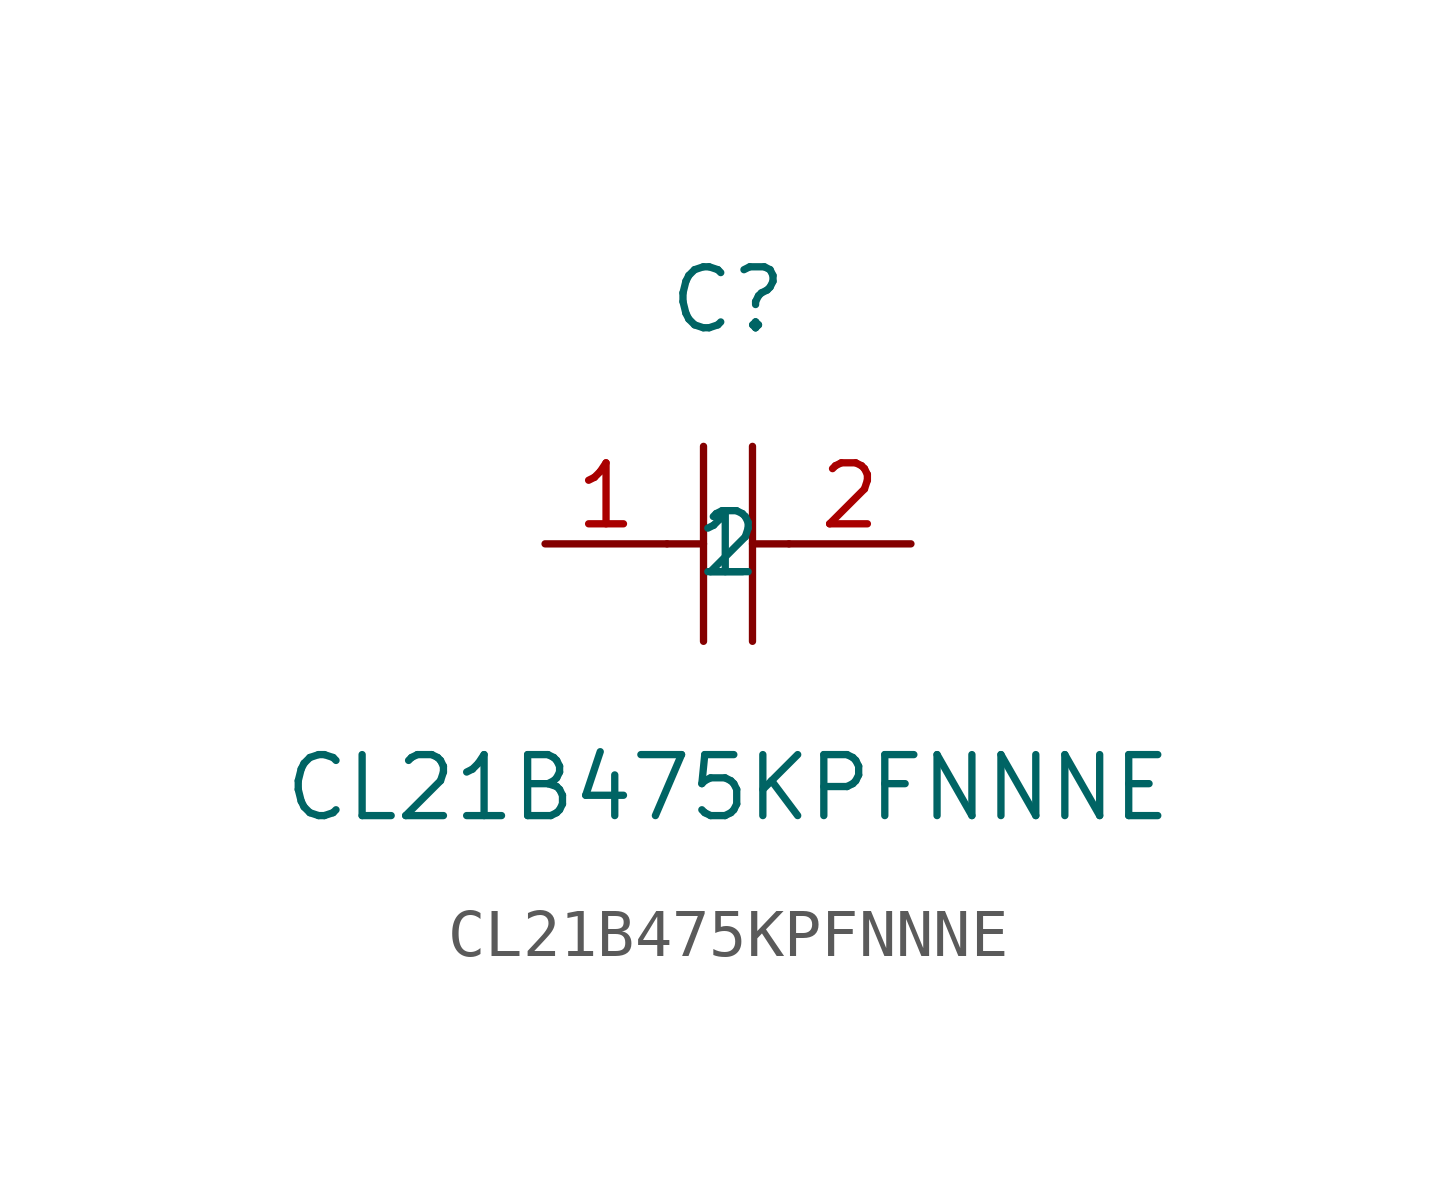
<source format=kicad_sym>
(kicad_symbol_lib
  (version 1)
  (generator "faebryk")
  (symbol "CL21B475KPFNNNE"
    (property "Reference" "C"
      (at 0 5.08 0)
      (effects (font (size 1.27 1.27)) (hide no)))
    (property "Value" "CL21B475KPFNNNE"
      (at 0 -5.08 0)
      (effects (font (size 1.27 1.27)) (hide no)))
    (symbol "CL21B475KPFNNNE_0_1"
      (polyline (stroke (width 0) (type default) (color 0 0 0 0)) (fill (type none)) (pts (xy -0.51 2.03) (xy -0.51 -2.03)))
      (polyline (stroke (width 0) (type default) (color 0 0 0 0)) (fill (type none)) (pts (xy 0.51 2.03) (xy 0.51 -2.03)))
      (polyline (stroke (width 0) (type default) (color 0 0 0 0)) (fill (type none)) (pts (xy -1.27 0) (xy -0.51 0)))
      (polyline (stroke (width 0) (type default) (color 0 0 0 0)) (fill (type none)) (pts (xy 0.51 0) (xy 1.27 0)))
      (pin input line (at -3.81 0 0) (length 2.54) (name "1" (effects (font (size 1.27 1.27)) (hide no))) (number "1" (effects (font (size 1.27 1.27)) (hide no))))
      (pin input line (at 3.81 0 180) (length 2.54) (name "2" (effects (font (size 1.27 1.27)) (hide no))) (number "2" (effects (font (size 1.27 1.27)) (hide no)))))))
</source>
